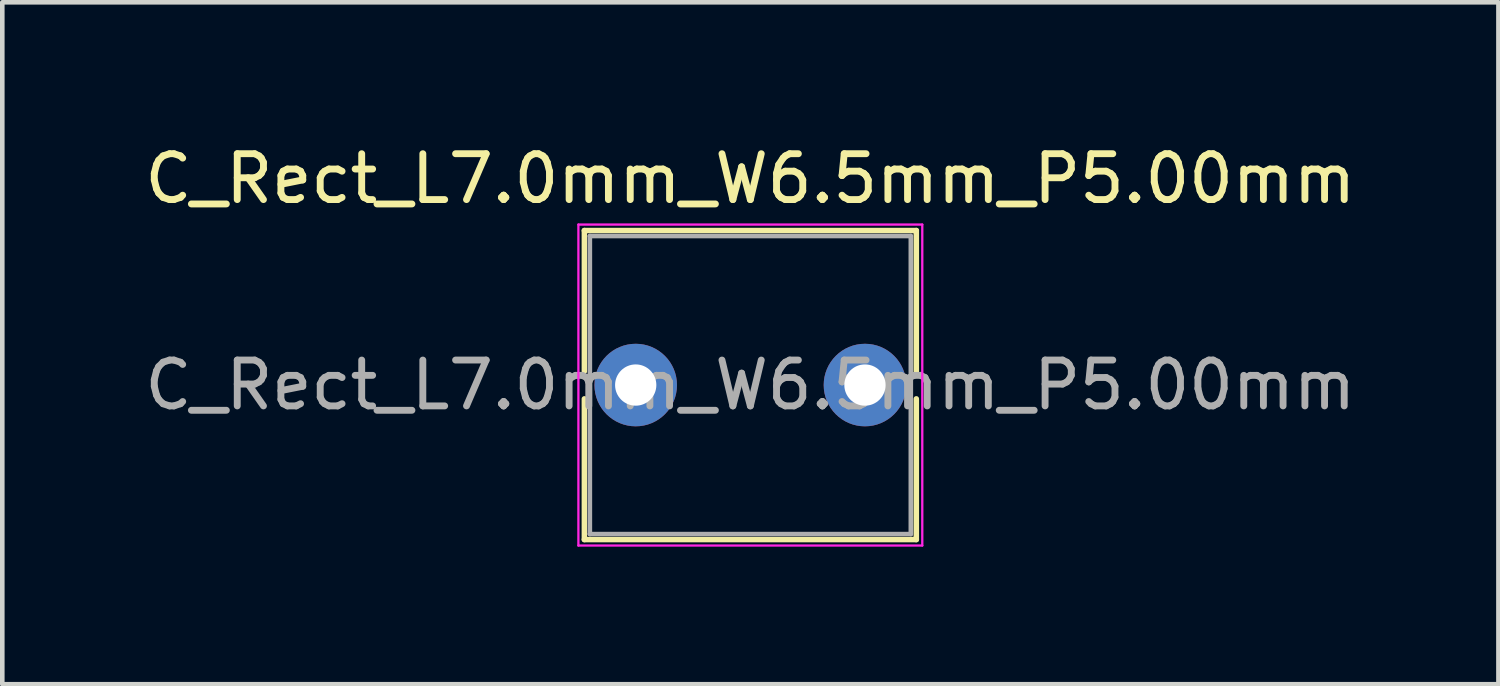
<source format=kicad_pcb>
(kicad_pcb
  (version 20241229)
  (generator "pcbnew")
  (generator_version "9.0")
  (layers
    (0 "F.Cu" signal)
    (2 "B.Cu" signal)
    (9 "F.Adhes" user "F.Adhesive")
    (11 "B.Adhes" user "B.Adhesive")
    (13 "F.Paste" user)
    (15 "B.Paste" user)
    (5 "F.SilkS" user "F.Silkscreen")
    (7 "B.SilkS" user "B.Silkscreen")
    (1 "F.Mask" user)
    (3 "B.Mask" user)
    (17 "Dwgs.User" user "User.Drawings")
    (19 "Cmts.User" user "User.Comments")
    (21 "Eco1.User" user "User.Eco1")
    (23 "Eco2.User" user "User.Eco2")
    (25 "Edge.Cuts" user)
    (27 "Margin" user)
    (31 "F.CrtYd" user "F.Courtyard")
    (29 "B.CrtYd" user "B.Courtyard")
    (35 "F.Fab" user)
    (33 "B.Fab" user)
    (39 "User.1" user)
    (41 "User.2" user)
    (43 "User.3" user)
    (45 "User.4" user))
  (footprint "C_Rect_L7.0mm_W6.5mm_P5.00mm"
    (layer "F.Cu")
    (at 10.815 5.348)
    (property "Reference" "C_Rect_L7.0mm_W6.5mm_P5.00mm" (at 2.5 -4.5 0) (layer "F.SilkS") (effects (font (size 1 1) (thickness 0.15))))
    (attr through_hole)
    (fp_line (start -1.12 -3.37) (end -1.12 -0.301) (stroke (width 0.12) (type solid)) (layer "F.SilkS"))
    (fp_line (start -1.12 -3.37) (end 6.12 -3.37) (stroke (width 0.12) (type solid)) (layer "F.SilkS"))
    (fp_line (start -1.12 0.301) (end -1.12 3.37) (stroke (width 0.12) (type solid)) (layer "F.SilkS"))
    (fp_line (start -1.12 3.37) (end 6.12 3.37) (stroke (width 0.12) (type solid)) (layer "F.SilkS"))
    (fp_line (start 6.12 -3.37) (end 6.12 -0.301) (stroke (width 0.12) (type solid)) (layer "F.SilkS"))
    (fp_line (start 6.12 0.301) (end 6.12 3.37) (stroke (width 0.12) (type solid)) (layer "F.SilkS"))
    (fp_line (start -1.25 -3.5) (end -1.25 3.5) (stroke (width 0.05) (type solid)) (layer "F.CrtYd"))
    (fp_line (start -1.25 3.5) (end 6.25 3.5) (stroke (width 0.05) (type solid)) (layer "F.CrtYd"))
    (fp_line (start 6.25 -3.5) (end -1.25 -3.5) (stroke (width 0.05) (type solid)) (layer "F.CrtYd"))
    (fp_line (start 6.25 3.5) (end 6.25 -3.5) (stroke (width 0.05) (type solid)) (layer "F.CrtYd"))
    (fp_line (start -1 -3.25) (end -1 3.25) (stroke (width 0.1) (type solid)) (layer "F.Fab"))
    (fp_line (start -1 3.25) (end 6 3.25) (stroke (width 0.1) (type solid)) (layer "F.Fab"))
    (fp_line (start 6 -3.25) (end -1 -3.25) (stroke (width 0.1) (type solid)) (layer "F.Fab"))
    (fp_line (start 6 3.25) (end 6 -3.25) (stroke (width 0.1) (type solid)) (layer "F.Fab"))
    (fp_text user "${REFERENCE}" (at 2.5 0 0) (layer "F.Fab") (effects (font (size 1 1) (thickness 0.15))))
    (pad "1" thru_hole circle (at 0 0) (size 1.8 1.8) (drill 0.9) (layers "*.Cu" "*.Mask"))
    (pad "2" thru_hole circle (at 5 0) (size 1.8 1.8) (drill 0.9) (layers "*.Cu" "*.Mask")))
  (gr_rect
    (start -3 -3)
    (end 29.631 11.873)
    (stroke (width 0.1) (type default))
    (fill no)
    (layer "Edge.Cuts")))
</source>
